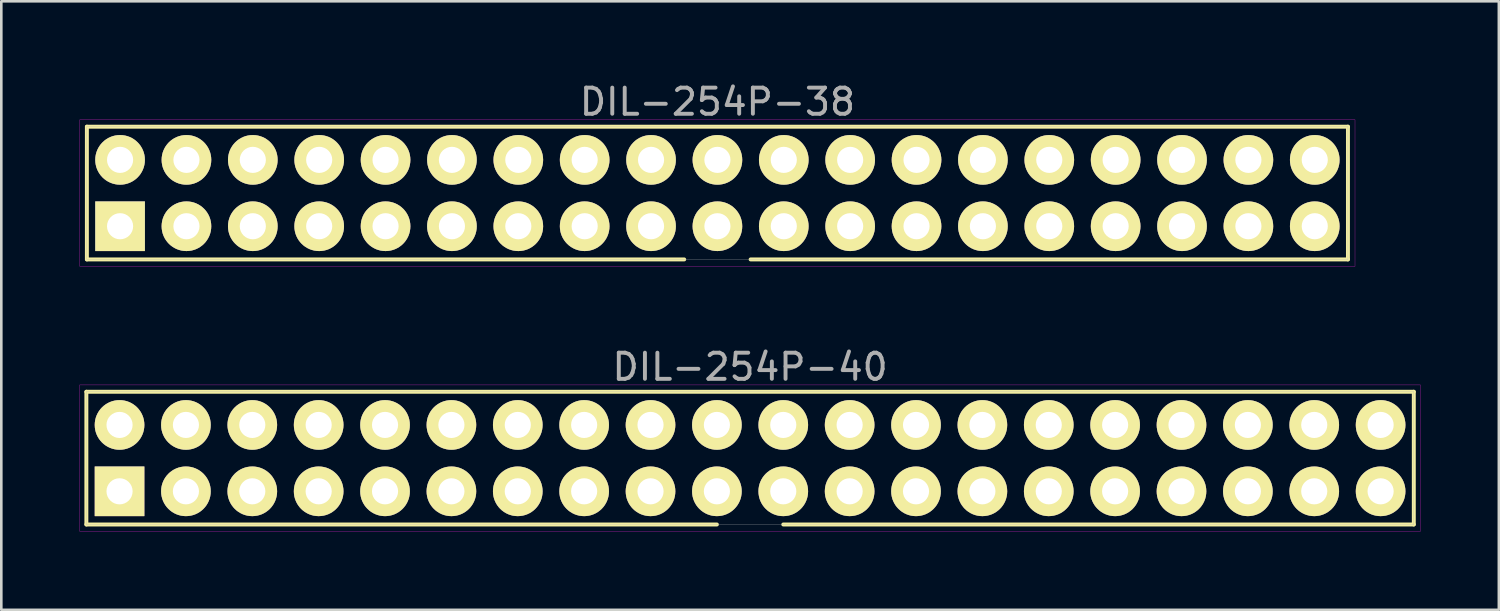
<source format=kicad_pcb>
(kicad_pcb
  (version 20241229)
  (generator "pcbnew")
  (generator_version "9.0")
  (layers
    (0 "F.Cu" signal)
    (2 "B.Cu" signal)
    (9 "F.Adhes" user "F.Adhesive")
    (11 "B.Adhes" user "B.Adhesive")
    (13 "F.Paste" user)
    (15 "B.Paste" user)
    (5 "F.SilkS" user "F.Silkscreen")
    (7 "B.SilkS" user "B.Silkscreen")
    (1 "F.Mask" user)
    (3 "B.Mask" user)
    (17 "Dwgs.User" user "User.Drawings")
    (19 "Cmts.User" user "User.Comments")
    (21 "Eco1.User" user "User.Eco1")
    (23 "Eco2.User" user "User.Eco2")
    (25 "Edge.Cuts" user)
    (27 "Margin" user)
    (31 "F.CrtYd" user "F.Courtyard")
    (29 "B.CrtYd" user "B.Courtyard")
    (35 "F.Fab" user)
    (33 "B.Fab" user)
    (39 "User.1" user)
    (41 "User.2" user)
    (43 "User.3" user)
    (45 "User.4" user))
  (footprint "DIL-254P-40"
    (layer "F.Cu")
    (at 25.655 14.482)
    (property "Reference" "DIL-254P-40" (at 0 -3.49 0) (layer "F.Fab") (effects (font (size 1 1) (thickness 0.15))))
    (attr through_hole)
    (fp_line (start -25.4 -2.54) (end 25.4 -2.54) (stroke (width 0.15) (type solid)) (layer "F.SilkS"))
    (fp_line (start -25.4 2.54) (end -25.4 -2.54) (stroke (width 0.15) (type solid)) (layer "F.SilkS"))
    (fp_line (start -1.27 2.54) (end -25.4 2.54) (stroke (width 0.15) (type solid)) (layer "F.SilkS"))
    (fp_line (start 25.4 -2.54) (end 25.4 2.54) (stroke (width 0.15) (type solid)) (layer "F.SilkS"))
    (fp_line (start 25.4 2.54) (end 1.27 2.54) (stroke (width 0.15) (type solid)) (layer "F.SilkS"))
    (fp_line (start -25.65 -2.8) (end 25.65 -2.8) (stroke (width 0.01) (type solid)) (layer "F.CrtYd"))
    (fp_line (start -25.65 2.8) (end -25.65 -2.8) (stroke (width 0.01) (type solid)) (layer "F.CrtYd"))
    (fp_line (start 25.65 -2.8) (end 25.65 2.8) (stroke (width 0.01) (type solid)) (layer "F.CrtYd"))
    (fp_line (start 25.65 2.8) (end -25.65 2.8) (stroke (width 0.01) (type solid)) (layer "F.CrtYd"))
    (fp_line (start -25.4 -2.54) (end 25.4 -2.54) (stroke (width 0.01) (type solid)) (layer "F.Fab"))
    (fp_line (start -25.4 2.54) (end -25.4 -2.54) (stroke (width 0.01) (type solid)) (layer "F.Fab"))
    (fp_line (start 25.4 -2.54) (end 25.4 2.54) (stroke (width 0.01) (type solid)) (layer "F.Fab"))
    (fp_line (start 25.4 2.54) (end -25.4 2.54) (stroke (width 0.01) (type solid)) (layer "F.Fab"))
    (pad "1" thru_hole rect (at -24.13 1.27) (size 1.9 1.9) (drill 1) (layers "*.Cu" "*.Mask" "F.SilkS"))
    (pad "2" thru_hole circle (at -24.13 -1.27) (size 1.9 1.9) (drill 1) (layers "*.Cu" "*.Mask" "F.SilkS"))
    (pad "3" thru_hole circle (at -21.59 1.27) (size 1.9 1.9) (drill 1) (layers "*.Cu" "*.Mask" "F.SilkS"))
    (pad "4" thru_hole circle (at -21.59 -1.27) (size 1.9 1.9) (drill 1) (layers "*.Cu" "*.Mask" "F.SilkS"))
    (pad "5" thru_hole circle (at -19.05 1.27) (size 1.9 1.9) (drill 1) (layers "*.Cu" "*.Mask" "F.SilkS"))
    (pad "6" thru_hole circle (at -19.05 -1.27) (size 1.9 1.9) (drill 1) (layers "*.Cu" "*.Mask" "F.SilkS"))
    (pad "7" thru_hole circle (at -16.51 1.27) (size 1.9 1.9) (drill 1) (layers "*.Cu" "*.Mask" "F.SilkS"))
    (pad "8" thru_hole circle (at -16.51 -1.27) (size 1.9 1.9) (drill 1) (layers "*.Cu" "*.Mask" "F.SilkS"))
    (pad "9" thru_hole circle (at -13.97 1.27) (size 1.9 1.9) (drill 1) (layers "*.Cu" "*.Mask" "F.SilkS"))
    (pad "10" thru_hole circle (at -13.97 -1.27) (size 1.9 1.9) (drill 1) (layers "*.Cu" "*.Mask" "F.SilkS"))
    (pad "11" thru_hole circle (at -11.43 1.27) (size 1.9 1.9) (drill 1) (layers "*.Cu" "*.Mask" "F.SilkS"))
    (pad "12" thru_hole circle (at -11.43 -1.27) (size 1.9 1.9) (drill 1) (layers "*.Cu" "*.Mask" "F.SilkS"))
    (pad "13" thru_hole circle (at -8.89 1.27) (size 1.9 1.9) (drill 1) (layers "*.Cu" "*.Mask" "F.SilkS"))
    (pad "14" thru_hole circle (at -8.89 -1.27) (size 1.9 1.9) (drill 1) (layers "*.Cu" "*.Mask" "F.SilkS"))
    (pad "15" thru_hole circle (at -6.35 1.27) (size 1.9 1.9) (drill 1) (layers "*.Cu" "*.Mask" "F.SilkS"))
    (pad "16" thru_hole circle (at -6.35 -1.27) (size 1.9 1.9) (drill 1) (layers "*.Cu" "*.Mask" "F.SilkS"))
    (pad "17" thru_hole circle (at -3.81 1.27) (size 1.9 1.9) (drill 1) (layers "*.Cu" "*.Mask" "F.SilkS"))
    (pad "18" thru_hole circle (at -3.81 -1.27) (size 1.9 1.9) (drill 1) (layers "*.Cu" "*.Mask" "F.SilkS"))
    (pad "19" thru_hole circle (at -1.27 1.27) (size 1.9 1.9) (drill 1) (layers "*.Cu" "*.Mask" "F.SilkS"))
    (pad "20" thru_hole circle (at -1.27 -1.27) (size 1.9 1.9) (drill 1) (layers "*.Cu" "*.Mask" "F.SilkS"))
    (pad "21" thru_hole circle (at 1.27 1.27) (size 1.9 1.9) (drill 1) (layers "*.Cu" "*.Mask" "F.SilkS"))
    (pad "22" thru_hole circle (at 1.27 -1.27) (size 1.9 1.9) (drill 1) (layers "*.Cu" "*.Mask" "F.SilkS"))
    (pad "23" thru_hole circle (at 3.81 1.27) (size 1.9 1.9) (drill 1) (layers "*.Cu" "*.Mask" "F.SilkS"))
    (pad "24" thru_hole circle (at 3.81 -1.27) (size 1.9 1.9) (drill 1) (layers "*.Cu" "*.Mask" "F.SilkS"))
    (pad "25" thru_hole circle (at 6.35 1.27) (size 1.9 1.9) (drill 1) (layers "*.Cu" "*.Mask" "F.SilkS"))
    (pad "26" thru_hole circle (at 6.35 -1.27) (size 1.9 1.9) (drill 1) (layers "*.Cu" "*.Mask" "F.SilkS"))
    (pad "27" thru_hole circle (at 8.89 1.27) (size 1.9 1.9) (drill 1) (layers "*.Cu" "*.Mask" "F.SilkS"))
    (pad "28" thru_hole circle (at 8.89 -1.27) (size 1.9 1.9) (drill 1) (layers "*.Cu" "*.Mask" "F.SilkS"))
    (pad "29" thru_hole circle (at 11.43 1.27) (size 1.9 1.9) (drill 1) (layers "*.Cu" "*.Mask" "F.SilkS"))
    (pad "30" thru_hole circle (at 11.43 -1.27) (size 1.9 1.9) (drill 1) (layers "*.Cu" "*.Mask" "F.SilkS"))
    (pad "31" thru_hole circle (at 13.97 1.27) (size 1.9 1.9) (drill 1) (layers "*.Cu" "*.Mask" "F.SilkS"))
    (pad "32" thru_hole circle (at 13.97 -1.27) (size 1.9 1.9) (drill 1) (layers "*.Cu" "*.Mask" "F.SilkS"))
    (pad "33" thru_hole circle (at 16.51 1.27) (size 1.9 1.9) (drill 1) (layers "*.Cu" "*.Mask" "F.SilkS"))
    (pad "34" thru_hole circle (at 16.51 -1.27) (size 1.9 1.9) (drill 1) (layers "*.Cu" "*.Mask" "F.SilkS"))
    (pad "35" thru_hole circle (at 19.05 1.27) (size 1.9 1.9) (drill 1) (layers "*.Cu" "*.Mask" "F.SilkS"))
    (pad "36" thru_hole circle (at 19.05 -1.27) (size 1.9 1.9) (drill 1) (layers "*.Cu" "*.Mask" "F.SilkS"))
    (pad "37" thru_hole circle (at 21.59 1.27) (size 1.9 1.9) (drill 1) (layers "*.Cu" "*.Mask" "F.SilkS"))
    (pad "38" thru_hole circle (at 21.59 -1.27) (size 1.9 1.9) (drill 1) (layers "*.Cu" "*.Mask" "F.SilkS"))
    (pad "39" thru_hole circle (at 24.13 1.27) (size 1.9 1.9) (drill 1) (layers "*.Cu" "*.Mask" "F.SilkS"))
    (pad "40" thru_hole circle (at 24.13 -1.27) (size 1.9 1.9) (drill 1) (layers "*.Cu" "*.Mask" "F.SilkS")))
  (footprint "DIL-254P-38"
    (layer "F.Cu")
    (at 24.405 4.338)
    (property "Reference" "DIL-254P-38" (at 0 -3.49 0) (layer "F.Fab") (effects (font (size 1 1) (thickness 0.15))))
    (attr through_hole)
    (fp_line (start -24.13 -2.54) (end 24.13 -2.54) (stroke (width 0.15) (type solid)) (layer "F.SilkS"))
    (fp_line (start -24.13 2.54) (end -24.13 -2.54) (stroke (width 0.15) (type solid)) (layer "F.SilkS"))
    (fp_line (start -1.27 2.54) (end -24.13 2.54) (stroke (width 0.15) (type solid)) (layer "F.SilkS"))
    (fp_line (start 24.13 -2.54) (end 24.13 2.54) (stroke (width 0.15) (type solid)) (layer "F.SilkS"))
    (fp_line (start 24.13 2.54) (end 1.27 2.54) (stroke (width 0.15) (type solid)) (layer "F.SilkS"))
    (fp_line (start -24.4 -2.8) (end 24.4 -2.8) (stroke (width 0.01) (type solid)) (layer "F.CrtYd"))
    (fp_line (start -24.4 2.8) (end -24.4 -2.8) (stroke (width 0.01) (type solid)) (layer "F.CrtYd"))
    (fp_line (start 24.4 -2.8) (end 24.4 2.8) (stroke (width 0.01) (type solid)) (layer "F.CrtYd"))
    (fp_line (start 24.4 2.8) (end -24.4 2.8) (stroke (width 0.01) (type solid)) (layer "F.CrtYd"))
    (fp_line (start -24.13 -2.54) (end 24.13 -2.54) (stroke (width 0.01) (type solid)) (layer "F.Fab"))
    (fp_line (start -24.13 2.54) (end -24.13 -2.54) (stroke (width 0.01) (type solid)) (layer "F.Fab"))
    (fp_line (start 24.13 -2.54) (end 24.13 2.54) (stroke (width 0.01) (type solid)) (layer "F.Fab"))
    (fp_line (start 24.13 2.54) (end -24.13 2.54) (stroke (width 0.01) (type solid)) (layer "F.Fab"))
    (pad "1" thru_hole rect (at -22.86 1.27) (size 1.9 1.9) (drill 1) (layers "*.Cu" "*.Mask" "F.SilkS"))
    (pad "2" thru_hole circle (at -22.86 -1.27) (size 1.9 1.9) (drill 1) (layers "*.Cu" "*.Mask" "F.SilkS"))
    (pad "3" thru_hole circle (at -20.32 1.27) (size 1.9 1.9) (drill 1) (layers "*.Cu" "*.Mask" "F.SilkS"))
    (pad "4" thru_hole circle (at -20.32 -1.27) (size 1.9 1.9) (drill 1) (layers "*.Cu" "*.Mask" "F.SilkS"))
    (pad "5" thru_hole circle (at -17.78 1.27) (size 1.9 1.9) (drill 1) (layers "*.Cu" "*.Mask" "F.SilkS"))
    (pad "6" thru_hole circle (at -17.78 -1.27) (size 1.9 1.9) (drill 1) (layers "*.Cu" "*.Mask" "F.SilkS"))
    (pad "7" thru_hole circle (at -15.24 1.27) (size 1.9 1.9) (drill 1) (layers "*.Cu" "*.Mask" "F.SilkS"))
    (pad "8" thru_hole circle (at -15.24 -1.27) (size 1.9 1.9) (drill 1) (layers "*.Cu" "*.Mask" "F.SilkS"))
    (pad "9" thru_hole circle (at -12.7 1.27) (size 1.9 1.9) (drill 1) (layers "*.Cu" "*.Mask" "F.SilkS"))
    (pad "10" thru_hole circle (at -12.7 -1.27) (size 1.9 1.9) (drill 1) (layers "*.Cu" "*.Mask" "F.SilkS"))
    (pad "11" thru_hole circle (at -10.16 1.27) (size 1.9 1.9) (drill 1) (layers "*.Cu" "*.Mask" "F.SilkS"))
    (pad "12" thru_hole circle (at -10.16 -1.27) (size 1.9 1.9) (drill 1) (layers "*.Cu" "*.Mask" "F.SilkS"))
    (pad "13" thru_hole circle (at -7.62 1.27) (size 1.9 1.9) (drill 1) (layers "*.Cu" "*.Mask" "F.SilkS"))
    (pad "14" thru_hole circle (at -7.62 -1.27) (size 1.9 1.9) (drill 1) (layers "*.Cu" "*.Mask" "F.SilkS"))
    (pad "15" thru_hole circle (at -5.08 1.27) (size 1.9 1.9) (drill 1) (layers "*.Cu" "*.Mask" "F.SilkS"))
    (pad "16" thru_hole circle (at -5.08 -1.27) (size 1.9 1.9) (drill 1) (layers "*.Cu" "*.Mask" "F.SilkS"))
    (pad "17" thru_hole circle (at -2.54 1.27) (size 1.9 1.9) (drill 1) (layers "*.Cu" "*.Mask" "F.SilkS"))
    (pad "18" thru_hole circle (at -2.54 -1.27) (size 1.9 1.9) (drill 1) (layers "*.Cu" "*.Mask" "F.SilkS"))
    (pad "19" thru_hole circle (at 0 1.27) (size 1.9 1.9) (drill 1) (layers "*.Cu" "*.Mask" "F.SilkS"))
    (pad "20" thru_hole circle (at 0 -1.27) (size 1.9 1.9) (drill 1) (layers "*.Cu" "*.Mask" "F.SilkS"))
    (pad "21" thru_hole circle (at 2.54 1.27) (size 1.9 1.9) (drill 1) (layers "*.Cu" "*.Mask" "F.SilkS"))
    (pad "22" thru_hole circle (at 2.54 -1.27) (size 1.9 1.9) (drill 1) (layers "*.Cu" "*.Mask" "F.SilkS"))
    (pad "23" thru_hole circle (at 5.08 1.27) (size 1.9 1.9) (drill 1) (layers "*.Cu" "*.Mask" "F.SilkS"))
    (pad "24" thru_hole circle (at 5.08 -1.27) (size 1.9 1.9) (drill 1) (layers "*.Cu" "*.Mask" "F.SilkS"))
    (pad "25" thru_hole circle (at 7.62 1.27) (size 1.9 1.9) (drill 1) (layers "*.Cu" "*.Mask" "F.SilkS"))
    (pad "26" thru_hole circle (at 7.62 -1.27) (size 1.9 1.9) (drill 1) (layers "*.Cu" "*.Mask" "F.SilkS"))
    (pad "27" thru_hole circle (at 10.16 1.27) (size 1.9 1.9) (drill 1) (layers "*.Cu" "*.Mask" "F.SilkS"))
    (pad "28" thru_hole circle (at 10.16 -1.27) (size 1.9 1.9) (drill 1) (layers "*.Cu" "*.Mask" "F.SilkS"))
    (pad "29" thru_hole circle (at 12.7 1.27) (size 1.9 1.9) (drill 1) (layers "*.Cu" "*.Mask" "F.SilkS"))
    (pad "30" thru_hole circle (at 12.7 -1.27) (size 1.9 1.9) (drill 1) (layers "*.Cu" "*.Mask" "F.SilkS"))
    (pad "31" thru_hole circle (at 15.24 1.27) (size 1.9 1.9) (drill 1) (layers "*.Cu" "*.Mask" "F.SilkS"))
    (pad "32" thru_hole circle (at 15.24 -1.27) (size 1.9 1.9) (drill 1) (layers "*.Cu" "*.Mask" "F.SilkS"))
    (pad "33" thru_hole circle (at 17.78 1.27) (size 1.9 1.9) (drill 1) (layers "*.Cu" "*.Mask" "F.SilkS"))
    (pad "34" thru_hole circle (at 17.78 -1.27) (size 1.9 1.9) (drill 1) (layers "*.Cu" "*.Mask" "F.SilkS"))
    (pad "35" thru_hole circle (at 20.32 1.27) (size 1.9 1.9) (drill 1) (layers "*.Cu" "*.Mask" "F.SilkS"))
    (pad "36" thru_hole circle (at 20.32 -1.27) (size 1.9 1.9) (drill 1) (layers "*.Cu" "*.Mask" "F.SilkS"))
    (pad "37" thru_hole circle (at 22.86 1.27) (size 1.9 1.9) (drill 1) (layers "*.Cu" "*.Mask" "F.SilkS"))
    (pad "38" thru_hole circle (at 22.86 -1.27) (size 1.9 1.9) (drill 1) (layers "*.Cu" "*.Mask" "F.SilkS")))
  (gr_rect
    (start -3 -3)
    (end 54.31 20.287)
    (stroke (width 0.1) (type default))
    (fill no)
    (layer "Edge.Cuts")))
</source>
